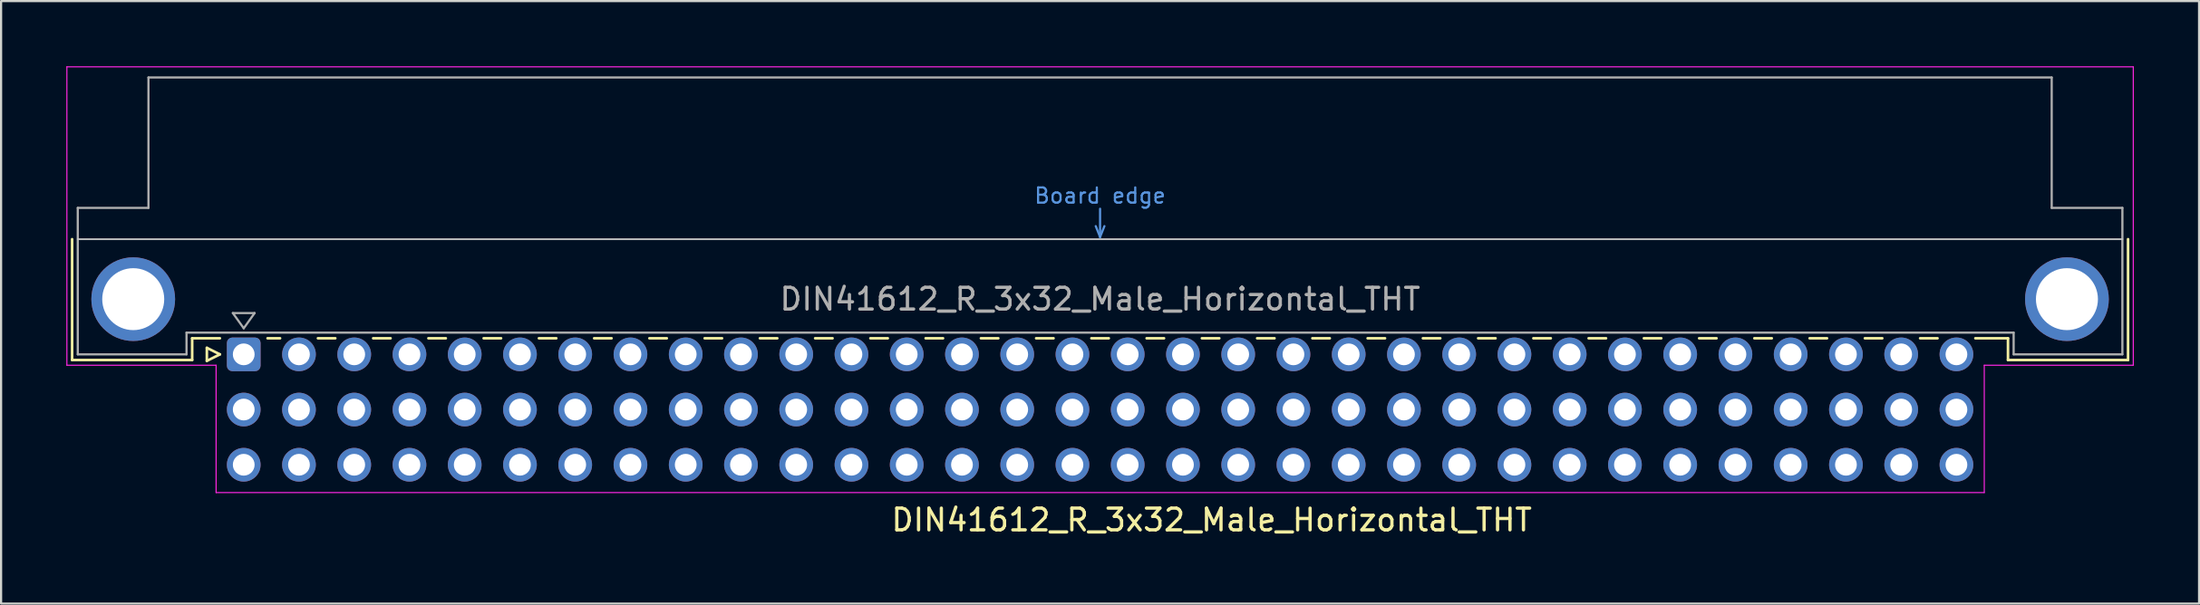
<source format=kicad_pcb>
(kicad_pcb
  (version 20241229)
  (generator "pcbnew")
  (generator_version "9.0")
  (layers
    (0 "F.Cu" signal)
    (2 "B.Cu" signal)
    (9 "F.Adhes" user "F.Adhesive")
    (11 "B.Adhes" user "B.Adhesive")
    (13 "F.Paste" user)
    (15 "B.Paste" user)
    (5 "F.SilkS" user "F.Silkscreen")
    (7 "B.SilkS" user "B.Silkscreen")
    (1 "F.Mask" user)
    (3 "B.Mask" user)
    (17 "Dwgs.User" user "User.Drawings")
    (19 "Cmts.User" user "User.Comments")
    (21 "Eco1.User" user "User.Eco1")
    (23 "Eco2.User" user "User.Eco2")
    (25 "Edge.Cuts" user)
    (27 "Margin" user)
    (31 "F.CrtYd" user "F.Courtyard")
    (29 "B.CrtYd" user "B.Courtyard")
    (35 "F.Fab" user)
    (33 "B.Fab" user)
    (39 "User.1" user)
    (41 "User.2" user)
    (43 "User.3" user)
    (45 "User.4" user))
  (footprint "DIN41612_R_3x32_Male_Horizontal_THT"
    (layer "F.Cu")
    (at 8.155 13.255)
    (property "Reference" "DIN41612_R_3x32_Male_Horizontal_THT" (at 44.501 7.62 0) (layer "F.SilkS") (effects (font (size 1 1) (thickness 0.15))))
    (attr through_hole)
    (fp_line (start -7.89 -5.3) (end -7.89 0.26) (stroke (width 0.12) (type solid)) (layer "F.SilkS"))
    (fp_line (start -7.89 0.26) (end -2.37 0.26) (stroke (width 0.12) (type solid)) (layer "F.SilkS"))
    (fp_line (start -2.371 -0.74) (end -1.095 -0.74) (stroke (width 0.12) (type solid)) (layer "F.SilkS"))
    (fp_line (start -2.37 0.26) (end -2.37 -0.74) (stroke (width 0.12) (type solid)) (layer "F.SilkS"))
    (fp_line (start -1.695 -0.3) (end -1.695 0.3) (stroke (width 0.12) (type solid)) (layer "F.SilkS"))
    (fp_line (start -1.695 0.3) (end -1.095 0) (stroke (width 0.12) (type solid)) (layer "F.SilkS"))
    (fp_line (start -1.095 0) (end -1.695 -0.3) (stroke (width 0.12) (type solid)) (layer "F.SilkS"))
    (fp_line (start 1.095 -0.74) (end 1.671 -0.74) (stroke (width 0.12) (type solid)) (layer "F.SilkS"))
    (fp_line (start 3.41 -0.74) (end 4.211 -0.74) (stroke (width 0.12) (type solid)) (layer "F.SilkS"))
    (fp_line (start 5.95 -0.74) (end 6.751 -0.74) (stroke (width 0.12) (type solid)) (layer "F.SilkS"))
    (fp_line (start 8.49 -0.74) (end 9.291 -0.74) (stroke (width 0.12) (type solid)) (layer "F.SilkS"))
    (fp_line (start 11.03 -0.74) (end 11.831 -0.74) (stroke (width 0.12) (type solid)) (layer "F.SilkS"))
    (fp_line (start 13.57 -0.74) (end 14.371 -0.74) (stroke (width 0.12) (type solid)) (layer "F.SilkS"))
    (fp_line (start 16.11 -0.74) (end 16.911 -0.74) (stroke (width 0.12) (type solid)) (layer "F.SilkS"))
    (fp_line (start 18.65 -0.74) (end 19.451 -0.74) (stroke (width 0.12) (type solid)) (layer "F.SilkS"))
    (fp_line (start 21.19 -0.74) (end 21.991 -0.74) (stroke (width 0.12) (type solid)) (layer "F.SilkS"))
    (fp_line (start 23.73 -0.74) (end 24.531 -0.74) (stroke (width 0.12) (type solid)) (layer "F.SilkS"))
    (fp_line (start 26.27 -0.74) (end 27.071 -0.74) (stroke (width 0.12) (type solid)) (layer "F.SilkS"))
    (fp_line (start 28.81 -0.74) (end 29.611 -0.74) (stroke (width 0.12) (type solid)) (layer "F.SilkS"))
    (fp_line (start 31.35 -0.74) (end 32.151 -0.74) (stroke (width 0.12) (type solid)) (layer "F.SilkS"))
    (fp_line (start 33.89 -0.74) (end 34.691 -0.74) (stroke (width 0.12) (type solid)) (layer "F.SilkS"))
    (fp_line (start 36.43 -0.74) (end 37.231 -0.74) (stroke (width 0.12) (type solid)) (layer "F.SilkS"))
    (fp_line (start 38.97 -0.74) (end 39.771 -0.74) (stroke (width 0.12) (type solid)) (layer "F.SilkS"))
    (fp_line (start 41.51 -0.74) (end 42.311 -0.74) (stroke (width 0.12) (type solid)) (layer "F.SilkS"))
    (fp_line (start 44.05 -0.74) (end 44.851 -0.74) (stroke (width 0.12) (type solid)) (layer "F.SilkS"))
    (fp_line (start 46.59 -0.74) (end 47.391 -0.74) (stroke (width 0.12) (type solid)) (layer "F.SilkS"))
    (fp_line (start 49.13 -0.74) (end 49.931 -0.74) (stroke (width 0.12) (type solid)) (layer "F.SilkS"))
    (fp_line (start 51.67 -0.74) (end 52.471 -0.74) (stroke (width 0.12) (type solid)) (layer "F.SilkS"))
    (fp_line (start 54.21 -0.74) (end 55.011 -0.74) (stroke (width 0.12) (type solid)) (layer "F.SilkS"))
    (fp_line (start 56.75 -0.74) (end 57.551 -0.74) (stroke (width 0.12) (type solid)) (layer "F.SilkS"))
    (fp_line (start 59.29 -0.74) (end 60.091 -0.74) (stroke (width 0.12) (type solid)) (layer "F.SilkS"))
    (fp_line (start 61.83 -0.74) (end 62.631 -0.74) (stroke (width 0.12) (type solid)) (layer "F.SilkS"))
    (fp_line (start 64.37 -0.74) (end 65.171 -0.74) (stroke (width 0.12) (type solid)) (layer "F.SilkS"))
    (fp_line (start 66.91 -0.74) (end 67.711 -0.74) (stroke (width 0.12) (type solid)) (layer "F.SilkS"))
    (fp_line (start 69.45 -0.74) (end 70.251 -0.74) (stroke (width 0.12) (type solid)) (layer "F.SilkS"))
    (fp_line (start 71.99 -0.74) (end 72.791 -0.74) (stroke (width 0.12) (type solid)) (layer "F.SilkS"))
    (fp_line (start 74.53 -0.74) (end 75.331 -0.74) (stroke (width 0.12) (type solid)) (layer "F.SilkS"))
    (fp_line (start 77.07 -0.74) (end 77.871 -0.74) (stroke (width 0.12) (type solid)) (layer "F.SilkS"))
    (fp_line (start 79.61 -0.74) (end 81.11 -0.74) (stroke (width 0.12) (type solid)) (layer "F.SilkS"))
    (fp_line (start 81.11 0.26) (end 81.11 -0.74) (stroke (width 0.12) (type solid)) (layer "F.SilkS"))
    (fp_line (start 86.63 -5.3) (end 86.63 0.26) (stroke (width 0.12) (type solid)) (layer "F.SilkS"))
    (fp_line (start 86.63 0.26) (end 81.11 0.26) (stroke (width 0.12) (type solid)) (layer "F.SilkS"))
    (fp_line (start -7.63 -5.3) (end 86.37 -5.3) (stroke (width 0.08) (type solid)) (layer "Dwgs.User"))
    (fp_line (start 39.17 -5.9) (end 39.37 -5.4) (stroke (width 0.1) (type solid)) (layer "Cmts.User"))
    (fp_line (start 39.37 -5.4) (end 39.37 -6.7) (stroke (width 0.1) (type solid)) (layer "Cmts.User"))
    (fp_line (start 39.37 -5.4) (end 39.57 -5.9) (stroke (width 0.1) (type solid)) (layer "Cmts.User"))
    (fp_line (start -8.13 -13.23) (end -8.13 0.5) (stroke (width 0.05) (type solid)) (layer "F.CrtYd"))
    (fp_line (start -8.13 0.5) (end -1.27 0.5) (stroke (width 0.05) (type solid)) (layer "F.CrtYd"))
    (fp_line (start -1.27 0.5) (end -1.27 6.36) (stroke (width 0.05) (type solid)) (layer "F.CrtYd"))
    (fp_line (start -1.27 6.36) (end 80.02 6.36) (stroke (width 0.05) (type solid)) (layer "F.CrtYd"))
    (fp_line (start 80.02 0.5) (end 86.87 0.5) (stroke (width 0.05) (type solid)) (layer "F.CrtYd"))
    (fp_line (start 80.02 6.36) (end 80.02 0.5) (stroke (width 0.05) (type solid)) (layer "F.CrtYd"))
    (fp_line (start 86.87 -13.23) (end -8.13 -13.23) (stroke (width 0.05) (type solid)) (layer "F.CrtYd"))
    (fp_line (start 86.87 0.5) (end 86.87 -13.23) (stroke (width 0.05) (type solid)) (layer "F.CrtYd"))
    (fp_line (start -7.63 -6.74) (end -7.63 0) (stroke (width 0.1) (type solid)) (layer "F.Fab"))
    (fp_line (start -7.63 0) (end -2.63 0) (stroke (width 0.1) (type solid)) (layer "F.Fab"))
    (fp_line (start -4.38 -12.74) (end -4.38 -6.74) (stroke (width 0.1) (type solid)) (layer "F.Fab"))
    (fp_line (start -4.38 -6.74) (end -7.63 -6.74) (stroke (width 0.1) (type solid)) (layer "F.Fab"))
    (fp_line (start -2.63 -1) (end 81.37 -1) (stroke (width 0.1) (type solid)) (layer "F.Fab"))
    (fp_line (start -2.63 0) (end -2.63 -1) (stroke (width 0.1) (type solid)) (layer "F.Fab"))
    (fp_line (start -0.5 -1.9) (end 0.5 -1.9) (stroke (width 0.1) (type solid)) (layer "F.Fab"))
    (fp_line (start 0 -1.2) (end -0.5 -1.9) (stroke (width 0.1) (type solid)) (layer "F.Fab"))
    (fp_line (start 0.5 -1.9) (end 0 -1.2) (stroke (width 0.1) (type solid)) (layer "F.Fab"))
    (fp_line (start 81.37 -1) (end 81.37 0) (stroke (width 0.1) (type solid)) (layer "F.Fab"))
    (fp_line (start 81.37 0) (end 86.37 0) (stroke (width 0.1) (type solid)) (layer "F.Fab"))
    (fp_line (start 83.12 -12.74) (end -4.38 -12.74) (stroke (width 0.1) (type solid)) (layer "F.Fab"))
    (fp_line (start 83.12 -6.74) (end 83.12 -12.74) (stroke (width 0.1) (type solid)) (layer "F.Fab"))
    (fp_line (start 86.37 -6.74) (end 83.12 -6.74) (stroke (width 0.1) (type solid)) (layer "F.Fab"))
    (fp_line (start 86.37 0) (end 86.37 -6.74) (stroke (width 0.1) (type solid)) (layer "F.Fab"))
    (fp_text user "Board edge" (at 39.37 -7.3 0) (layer "Cmts.User") (effects (font (size 0.7 0.7) (thickness 0.1))))
    (fp_text user "${REFERENCE}" (at 39.37 -2.54 0) (layer "F.Fab") (effects (font (size 1 1) (thickness 0.15))))
    (pad "" thru_hole circle (at -5.08 -2.54) (size 3.85 3.85) (drill 2.85) (layers "*.Cu" "*.Mask"))
    (pad "" thru_hole circle (at 83.82 -2.54) (size 3.85 3.85) (drill 2.85) (layers "*.Cu" "*.Mask"))
    (pad "a1" thru_hole roundrect (at 0 0) (size 1.55 1.55) (drill 1) (layers "*.Cu" "*.Mask") (roundrect_rratio 0.161))
    (pad "a2" thru_hole circle (at 2.54 0) (size 1.55 1.55) (drill 1) (layers "*.Cu" "*.Mask"))
    (pad "a3" thru_hole circle (at 5.08 0) (size 1.55 1.55) (drill 1) (layers "*.Cu" "*.Mask"))
    (pad "a4" thru_hole circle (at 7.62 0) (size 1.55 1.55) (drill 1) (layers "*.Cu" "*.Mask"))
    (pad "a5" thru_hole circle (at 10.16 0) (size 1.55 1.55) (drill 1) (layers "*.Cu" "*.Mask"))
    (pad "a6" thru_hole circle (at 12.7 0) (size 1.55 1.55) (drill 1) (layers "*.Cu" "*.Mask"))
    (pad "a7" thru_hole circle (at 15.24 0) (size 1.55 1.55) (drill 1) (layers "*.Cu" "*.Mask"))
    (pad "a8" thru_hole circle (at 17.78 0) (size 1.55 1.55) (drill 1) (layers "*.Cu" "*.Mask"))
    (pad "a9" thru_hole circle (at 20.32 0) (size 1.55 1.55) (drill 1) (layers "*.Cu" "*.Mask"))
    (pad "a10" thru_hole circle (at 22.86 0) (size 1.55 1.55) (drill 1) (layers "*.Cu" "*.Mask"))
    (pad "a11" thru_hole circle (at 25.4 0) (size 1.55 1.55) (drill 1) (layers "*.Cu" "*.Mask"))
    (pad "a12" thru_hole circle (at 27.94 0) (size 1.55 1.55) (drill 1) (layers "*.Cu" "*.Mask"))
    (pad "a13" thru_hole circle (at 30.48 0) (size 1.55 1.55) (drill 1) (layers "*.Cu" "*.Mask"))
    (pad "a14" thru_hole circle (at 33.02 0) (size 1.55 1.55) (drill 1) (layers "*.Cu" "*.Mask"))
    (pad "a15" thru_hole circle (at 35.56 0) (size 1.55 1.55) (drill 1) (layers "*.Cu" "*.Mask"))
    (pad "a16" thru_hole circle (at 38.1 0) (size 1.55 1.55) (drill 1) (layers "*.Cu" "*.Mask"))
    (pad "a17" thru_hole circle (at 40.64 0) (size 1.55 1.55) (drill 1) (layers "*.Cu" "*.Mask"))
    (pad "a18" thru_hole circle (at 43.18 0) (size 1.55 1.55) (drill 1) (layers "*.Cu" "*.Mask"))
    (pad "a19" thru_hole circle (at 45.72 0) (size 1.55 1.55) (drill 1) (layers "*.Cu" "*.Mask"))
    (pad "a20" thru_hole circle (at 48.26 0) (size 1.55 1.55) (drill 1) (layers "*.Cu" "*.Mask"))
    (pad "a21" thru_hole circle (at 50.8 0) (size 1.55 1.55) (drill 1) (layers "*.Cu" "*.Mask"))
    (pad "a22" thru_hole circle (at 53.34 0) (size 1.55 1.55) (drill 1) (layers "*.Cu" "*.Mask"))
    (pad "a23" thru_hole circle (at 55.88 0) (size 1.55 1.55) (drill 1) (layers "*.Cu" "*.Mask"))
    (pad "a24" thru_hole circle (at 58.42 0) (size 1.55 1.55) (drill 1) (layers "*.Cu" "*.Mask"))
    (pad "a25" thru_hole circle (at 60.96 0) (size 1.55 1.55) (drill 1) (layers "*.Cu" "*.Mask"))
    (pad "a26" thru_hole circle (at 63.5 0) (size 1.55 1.55) (drill 1) (layers "*.Cu" "*.Mask"))
    (pad "a27" thru_hole circle (at 66.04 0) (size 1.55 1.55) (drill 1) (layers "*.Cu" "*.Mask"))
    (pad "a28" thru_hole circle (at 68.58 0) (size 1.55 1.55) (drill 1) (layers "*.Cu" "*.Mask"))
    (pad "a29" thru_hole circle (at 71.12 0) (size 1.55 1.55) (drill 1) (layers "*.Cu" "*.Mask"))
    (pad "a30" thru_hole circle (at 73.66 0) (size 1.55 1.55) (drill 1) (layers "*.Cu" "*.Mask"))
    (pad "a31" thru_hole circle (at 76.2 0) (size 1.55 1.55) (drill 1) (layers "*.Cu" "*.Mask"))
    (pad "a32" thru_hole circle (at 78.74 0) (size 1.55 1.55) (drill 1) (layers "*.Cu" "*.Mask"))
    (pad "b1" thru_hole circle (at 0 2.54) (size 1.55 1.55) (drill 1) (layers "*.Cu" "*.Mask"))
    (pad "b2" thru_hole circle (at 2.54 2.54) (size 1.55 1.55) (drill 1) (layers "*.Cu" "*.Mask"))
    (pad "b3" thru_hole circle (at 5.08 2.54) (size 1.55 1.55) (drill 1) (layers "*.Cu" "*.Mask"))
    (pad "b4" thru_hole circle (at 7.62 2.54) (size 1.55 1.55) (drill 1) (layers "*.Cu" "*.Mask"))
    (pad "b5" thru_hole circle (at 10.16 2.54) (size 1.55 1.55) (drill 1) (layers "*.Cu" "*.Mask"))
    (pad "b6" thru_hole circle (at 12.7 2.54) (size 1.55 1.55) (drill 1) (layers "*.Cu" "*.Mask"))
    (pad "b7" thru_hole circle (at 15.24 2.54) (size 1.55 1.55) (drill 1) (layers "*.Cu" "*.Mask"))
    (pad "b8" thru_hole circle (at 17.78 2.54) (size 1.55 1.55) (drill 1) (layers "*.Cu" "*.Mask"))
    (pad "b9" thru_hole circle (at 20.32 2.54) (size 1.55 1.55) (drill 1) (layers "*.Cu" "*.Mask"))
    (pad "b10" thru_hole circle (at 22.86 2.54) (size 1.55 1.55) (drill 1) (layers "*.Cu" "*.Mask"))
    (pad "b11" thru_hole circle (at 25.4 2.54) (size 1.55 1.55) (drill 1) (layers "*.Cu" "*.Mask"))
    (pad "b12" thru_hole circle (at 27.94 2.54) (size 1.55 1.55) (drill 1) (layers "*.Cu" "*.Mask"))
    (pad "b13" thru_hole circle (at 30.48 2.54) (size 1.55 1.55) (drill 1) (layers "*.Cu" "*.Mask"))
    (pad "b14" thru_hole circle (at 33.02 2.54) (size 1.55 1.55) (drill 1) (layers "*.Cu" "*.Mask"))
    (pad "b15" thru_hole circle (at 35.56 2.54) (size 1.55 1.55) (drill 1) (layers "*.Cu" "*.Mask"))
    (pad "b16" thru_hole circle (at 38.1 2.54) (size 1.55 1.55) (drill 1) (layers "*.Cu" "*.Mask"))
    (pad "b17" thru_hole circle (at 40.64 2.54) (size 1.55 1.55) (drill 1) (layers "*.Cu" "*.Mask"))
    (pad "b18" thru_hole circle (at 43.18 2.54) (size 1.55 1.55) (drill 1) (layers "*.Cu" "*.Mask"))
    (pad "b19" thru_hole circle (at 45.72 2.54) (size 1.55 1.55) (drill 1) (layers "*.Cu" "*.Mask"))
    (pad "b20" thru_hole circle (at 48.26 2.54) (size 1.55 1.55) (drill 1) (layers "*.Cu" "*.Mask"))
    (pad "b21" thru_hole circle (at 50.8 2.54) (size 1.55 1.55) (drill 1) (layers "*.Cu" "*.Mask"))
    (pad "b22" thru_hole circle (at 53.34 2.54) (size 1.55 1.55) (drill 1) (layers "*.Cu" "*.Mask"))
    (pad "b23" thru_hole circle (at 55.88 2.54) (size 1.55 1.55) (drill 1) (layers "*.Cu" "*.Mask"))
    (pad "b24" thru_hole circle (at 58.42 2.54) (size 1.55 1.55) (drill 1) (layers "*.Cu" "*.Mask"))
    (pad "b25" thru_hole circle (at 60.96 2.54) (size 1.55 1.55) (drill 1) (layers "*.Cu" "*.Mask"))
    (pad "b26" thru_hole circle (at 63.5 2.54) (size 1.55 1.55) (drill 1) (layers "*.Cu" "*.Mask"))
    (pad "b27" thru_hole circle (at 66.04 2.54) (size 1.55 1.55) (drill 1) (layers "*.Cu" "*.Mask"))
    (pad "b28" thru_hole circle (at 68.58 2.54) (size 1.55 1.55) (drill 1) (layers "*.Cu" "*.Mask"))
    (pad "b29" thru_hole circle (at 71.12 2.54) (size 1.55 1.55) (drill 1) (layers "*.Cu" "*.Mask"))
    (pad "b30" thru_hole circle (at 73.66 2.54) (size 1.55 1.55) (drill 1) (layers "*.Cu" "*.Mask"))
    (pad "b31" thru_hole circle (at 76.2 2.54) (size 1.55 1.55) (drill 1) (layers "*.Cu" "*.Mask"))
    (pad "b32" thru_hole circle (at 78.74 2.54) (size 1.55 1.55) (drill 1) (layers "*.Cu" "*.Mask"))
    (pad "c1" thru_hole circle (at 0 5.08) (size 1.55 1.55) (drill 1) (layers "*.Cu" "*.Mask"))
    (pad "c2" thru_hole circle (at 2.54 5.08) (size 1.55 1.55) (drill 1) (layers "*.Cu" "*.Mask"))
    (pad "c3" thru_hole circle (at 5.08 5.08) (size 1.55 1.55) (drill 1) (layers "*.Cu" "*.Mask"))
    (pad "c4" thru_hole circle (at 7.62 5.08) (size 1.55 1.55) (drill 1) (layers "*.Cu" "*.Mask"))
    (pad "c5" thru_hole circle (at 10.16 5.08) (size 1.55 1.55) (drill 1) (layers "*.Cu" "*.Mask"))
    (pad "c6" thru_hole circle (at 12.7 5.08) (size 1.55 1.55) (drill 1) (layers "*.Cu" "*.Mask"))
    (pad "c7" thru_hole circle (at 15.24 5.08) (size 1.55 1.55) (drill 1) (layers "*.Cu" "*.Mask"))
    (pad "c8" thru_hole circle (at 17.78 5.08) (size 1.55 1.55) (drill 1) (layers "*.Cu" "*.Mask"))
    (pad "c9" thru_hole circle (at 20.32 5.08) (size 1.55 1.55) (drill 1) (layers "*.Cu" "*.Mask"))
    (pad "c10" thru_hole circle (at 22.86 5.08) (size 1.55 1.55) (drill 1) (layers "*.Cu" "*.Mask"))
    (pad "c11" thru_hole circle (at 25.4 5.08) (size 1.55 1.55) (drill 1) (layers "*.Cu" "*.Mask"))
    (pad "c12" thru_hole circle (at 27.94 5.08) (size 1.55 1.55) (drill 1) (layers "*.Cu" "*.Mask"))
    (pad "c13" thru_hole circle (at 30.48 5.08) (size 1.55 1.55) (drill 1) (layers "*.Cu" "*.Mask"))
    (pad "c14" thru_hole circle (at 33.02 5.08) (size 1.55 1.55) (drill 1) (layers "*.Cu" "*.Mask"))
    (pad "c15" thru_hole circle (at 35.56 5.08) (size 1.55 1.55) (drill 1) (layers "*.Cu" "*.Mask"))
    (pad "c16" thru_hole circle (at 38.1 5.08) (size 1.55 1.55) (drill 1) (layers "*.Cu" "*.Mask"))
    (pad "c17" thru_hole circle (at 40.64 5.08) (size 1.55 1.55) (drill 1) (layers "*.Cu" "*.Mask"))
    (pad "c18" thru_hole circle (at 43.18 5.08) (size 1.55 1.55) (drill 1) (layers "*.Cu" "*.Mask"))
    (pad "c19" thru_hole circle (at 45.72 5.08) (size 1.55 1.55) (drill 1) (layers "*.Cu" "*.Mask"))
    (pad "c20" thru_hole circle (at 48.26 5.08) (size 1.55 1.55) (drill 1) (layers "*.Cu" "*.Mask"))
    (pad "c21" thru_hole circle (at 50.8 5.08) (size 1.55 1.55) (drill 1) (layers "*.Cu" "*.Mask"))
    (pad "c22" thru_hole circle (at 53.34 5.08) (size 1.55 1.55) (drill 1) (layers "*.Cu" "*.Mask"))
    (pad "c23" thru_hole circle (at 55.88 5.08) (size 1.55 1.55) (drill 1) (layers "*.Cu" "*.Mask"))
    (pad "c24" thru_hole circle (at 58.42 5.08) (size 1.55 1.55) (drill 1) (layers "*.Cu" "*.Mask"))
    (pad "c25" thru_hole circle (at 60.96 5.08) (size 1.55 1.55) (drill 1) (layers "*.Cu" "*.Mask"))
    (pad "c26" thru_hole circle (at 63.5 5.08) (size 1.55 1.55) (drill 1) (layers "*.Cu" "*.Mask"))
    (pad "c27" thru_hole circle (at 66.04 5.08) (size 1.55 1.55) (drill 1) (layers "*.Cu" "*.Mask"))
    (pad "c28" thru_hole circle (at 68.58 5.08) (size 1.55 1.55) (drill 1) (layers "*.Cu" "*.Mask"))
    (pad "c29" thru_hole circle (at 71.12 5.08) (size 1.55 1.55) (drill 1) (layers "*.Cu" "*.Mask"))
    (pad "c30" thru_hole circle (at 73.66 5.08) (size 1.55 1.55) (drill 1) (layers "*.Cu" "*.Mask"))
    (pad "c31" thru_hole circle (at 76.2 5.08) (size 1.55 1.55) (drill 1) (layers "*.Cu" "*.Mask"))
    (pad "c32" thru_hole circle (at 78.74 5.08) (size 1.55 1.55) (drill 1) (layers "*.Cu" "*.Mask")))
  (gr_rect
    (start -3 -3)
    (end 98.05 24.723)
    (stroke (width 0.1) (type default))
    (fill no)
    (layer "Edge.Cuts")))
</source>
